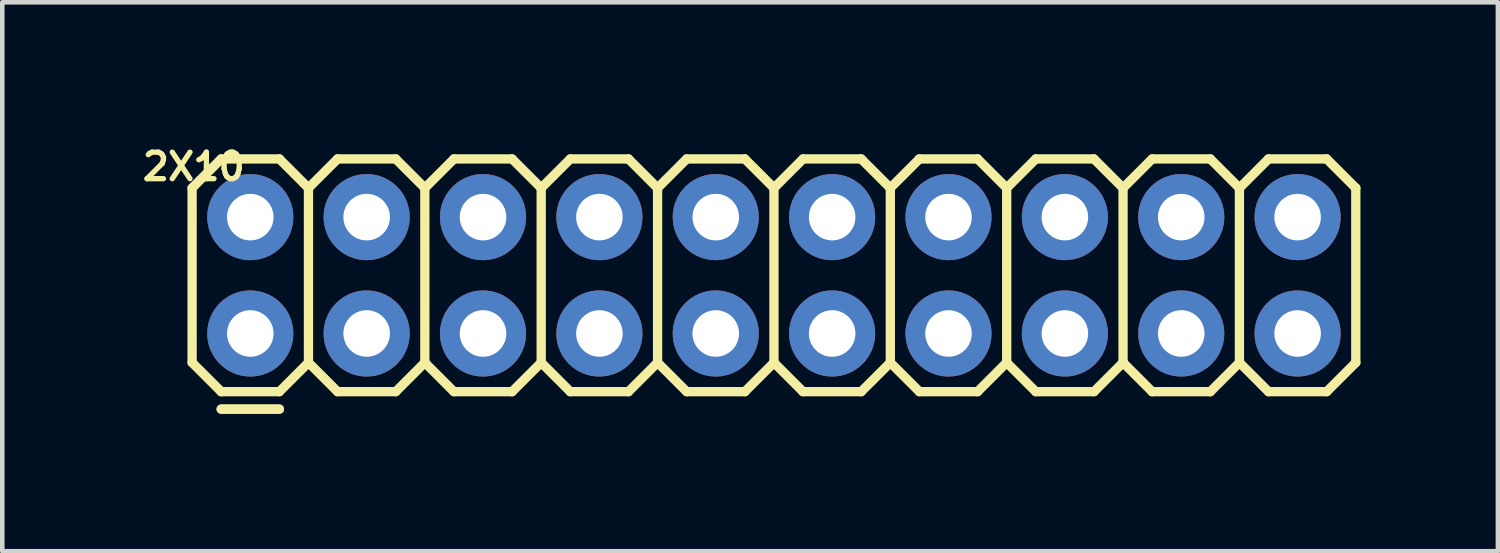
<source format=kicad_pcb>
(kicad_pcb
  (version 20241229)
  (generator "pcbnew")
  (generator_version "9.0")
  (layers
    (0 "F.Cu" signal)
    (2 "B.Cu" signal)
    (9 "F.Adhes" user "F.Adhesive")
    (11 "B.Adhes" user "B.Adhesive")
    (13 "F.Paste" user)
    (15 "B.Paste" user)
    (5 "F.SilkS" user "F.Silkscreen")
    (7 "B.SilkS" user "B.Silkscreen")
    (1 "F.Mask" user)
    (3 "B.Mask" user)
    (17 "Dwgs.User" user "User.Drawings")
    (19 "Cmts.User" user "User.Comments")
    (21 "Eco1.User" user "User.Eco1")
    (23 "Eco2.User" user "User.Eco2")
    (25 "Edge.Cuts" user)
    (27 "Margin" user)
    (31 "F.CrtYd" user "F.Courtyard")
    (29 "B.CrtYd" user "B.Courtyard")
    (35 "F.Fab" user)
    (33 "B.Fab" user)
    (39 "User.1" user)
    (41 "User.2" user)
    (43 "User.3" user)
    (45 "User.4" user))
  (footprint "2X10"
    (layer "F.Cu")
    (at 2.413 4.229)
    (property "Reference" "2X10" (at -2.413 -3.302 0) (layer "F.SilkS") (effects (font (size 0.579 0.579) (thickness 0.116)) (justify left bottom)))
    (attr through_hole)
    (fp_line (start -1.27 -3.175) (end -0.635 -3.81) (stroke (width 0.203) (type solid)) (layer "F.SilkS"))
    (fp_line (start -1.27 0.635) (end -1.27 -3.175) (stroke (width 0.203) (type solid)) (layer "F.SilkS"))
    (fp_line (start -1.27 0.635) (end -0.635 1.27) (stroke (width 0.203) (type solid)) (layer "F.SilkS"))
    (fp_line (start -0.635 -3.81) (end 0.635 -3.81) (stroke (width 0.203) (type solid)) (layer "F.SilkS"))
    (fp_line (start -0.635 1.27) (end 0.635 1.27) (stroke (width 0.203) (type solid)) (layer "F.SilkS"))
    (fp_line (start -0.635 1.651) (end 0.635 1.651) (stroke (width 0.203) (type solid)) (layer "F.SilkS"))
    (fp_line (start -0.635 1.651) (end 0.635 1.651) (stroke (width 0.203) (type solid)) (layer "F.SilkS"))
    (fp_line (start 0.635 -3.81) (end 1.27 -3.175) (stroke (width 0.203) (type solid)) (layer "F.SilkS"))
    (fp_line (start 0.635 1.27) (end 1.27 0.635) (stroke (width 0.203) (type solid)) (layer "F.SilkS"))
    (fp_line (start 1.27 -3.175) (end 1.27 0.635) (stroke (width 0.203) (type solid)) (layer "F.SilkS"))
    (fp_line (start 1.27 -3.175) (end 1.905 -3.81) (stroke (width 0.203) (type solid)) (layer "F.SilkS"))
    (fp_line (start 1.27 0.635) (end 1.905 1.27) (stroke (width 0.203) (type solid)) (layer "F.SilkS"))
    (fp_line (start 1.905 -3.81) (end 3.175 -3.81) (stroke (width 0.203) (type solid)) (layer "F.SilkS"))
    (fp_line (start 1.905 1.27) (end 3.175 1.27) (stroke (width 0.203) (type solid)) (layer "F.SilkS"))
    (fp_line (start 3.175 -3.81) (end 3.81 -3.175) (stroke (width 0.203) (type solid)) (layer "F.SilkS"))
    (fp_line (start 3.175 1.27) (end 3.81 0.635) (stroke (width 0.203) (type solid)) (layer "F.SilkS"))
    (fp_line (start 3.81 -3.175) (end 3.81 0.635) (stroke (width 0.203) (type solid)) (layer "F.SilkS"))
    (fp_line (start 3.81 -3.175) (end 4.445 -3.81) (stroke (width 0.203) (type solid)) (layer "F.SilkS"))
    (fp_line (start 3.81 0.635) (end 4.445 1.27) (stroke (width 0.203) (type solid)) (layer "F.SilkS"))
    (fp_line (start 4.445 -3.81) (end 5.715 -3.81) (stroke (width 0.203) (type solid)) (layer "F.SilkS"))
    (fp_line (start 4.445 1.27) (end 5.715 1.27) (stroke (width 0.203) (type solid)) (layer "F.SilkS"))
    (fp_line (start 5.715 -3.81) (end 6.35 -3.175) (stroke (width 0.203) (type solid)) (layer "F.SilkS"))
    (fp_line (start 5.715 1.27) (end 6.35 0.635) (stroke (width 0.203) (type solid)) (layer "F.SilkS"))
    (fp_line (start 6.35 -3.175) (end 6.35 0.635) (stroke (width 0.203) (type solid)) (layer "F.SilkS"))
    (fp_line (start 6.35 -3.175) (end 6.985 -3.81) (stroke (width 0.203) (type solid)) (layer "F.SilkS"))
    (fp_line (start 6.35 0.635) (end 6.985 1.27) (stroke (width 0.203) (type solid)) (layer "F.SilkS"))
    (fp_line (start 6.985 -3.81) (end 8.255 -3.81) (stroke (width 0.203) (type solid)) (layer "F.SilkS"))
    (fp_line (start 6.985 1.27) (end 8.255 1.27) (stroke (width 0.203) (type solid)) (layer "F.SilkS"))
    (fp_line (start 8.255 -3.81) (end 8.89 -3.175) (stroke (width 0.203) (type solid)) (layer "F.SilkS"))
    (fp_line (start 8.255 1.27) (end 8.89 0.635) (stroke (width 0.203) (type solid)) (layer "F.SilkS"))
    (fp_line (start 8.89 -3.175) (end 8.89 0.635) (stroke (width 0.203) (type solid)) (layer "F.SilkS"))
    (fp_line (start 8.89 -3.175) (end 9.525 -3.81) (stroke (width 0.203) (type solid)) (layer "F.SilkS"))
    (fp_line (start 8.89 0.635) (end 9.525 1.27) (stroke (width 0.203) (type solid)) (layer "F.SilkS"))
    (fp_line (start 9.525 -3.81) (end 10.795 -3.81) (stroke (width 0.203) (type solid)) (layer "F.SilkS"))
    (fp_line (start 9.525 1.27) (end 10.795 1.27) (stroke (width 0.203) (type solid)) (layer "F.SilkS"))
    (fp_line (start 10.795 -3.81) (end 11.43 -3.175) (stroke (width 0.203) (type solid)) (layer "F.SilkS"))
    (fp_line (start 10.795 1.27) (end 11.43 0.635) (stroke (width 0.203) (type solid)) (layer "F.SilkS"))
    (fp_line (start 11.43 -3.175) (end 11.43 0.635) (stroke (width 0.203) (type solid)) (layer "F.SilkS"))
    (fp_line (start 11.43 -3.175) (end 12.065 -3.81) (stroke (width 0.203) (type solid)) (layer "F.SilkS"))
    (fp_line (start 11.43 0.635) (end 12.065 1.27) (stroke (width 0.203) (type solid)) (layer "F.SilkS"))
    (fp_line (start 12.065 -3.81) (end 13.335 -3.81) (stroke (width 0.203) (type solid)) (layer "F.SilkS"))
    (fp_line (start 12.065 1.27) (end 13.335 1.27) (stroke (width 0.203) (type solid)) (layer "F.SilkS"))
    (fp_line (start 13.335 -3.81) (end 13.97 -3.175) (stroke (width 0.203) (type solid)) (layer "F.SilkS"))
    (fp_line (start 13.335 1.27) (end 13.97 0.635) (stroke (width 0.203) (type solid)) (layer "F.SilkS"))
    (fp_line (start 13.97 -3.175) (end 13.97 0.635) (stroke (width 0.203) (type solid)) (layer "F.SilkS"))
    (fp_line (start 13.97 -3.175) (end 14.605 -3.81) (stroke (width 0.203) (type solid)) (layer "F.SilkS"))
    (fp_line (start 13.97 0.635) (end 14.605 1.27) (stroke (width 0.203) (type solid)) (layer "F.SilkS"))
    (fp_line (start 14.605 -3.81) (end 15.875 -3.81) (stroke (width 0.203) (type solid)) (layer "F.SilkS"))
    (fp_line (start 14.605 1.27) (end 15.875 1.27) (stroke (width 0.203) (type solid)) (layer "F.SilkS"))
    (fp_line (start 15.875 -3.81) (end 16.51 -3.175) (stroke (width 0.203) (type solid)) (layer "F.SilkS"))
    (fp_line (start 16.51 -3.175) (end 16.51 0.635) (stroke (width 0.203) (type solid)) (layer "F.SilkS"))
    (fp_line (start 16.51 -3.175) (end 17.145 -3.81) (stroke (width 0.203) (type solid)) (layer "F.SilkS"))
    (fp_line (start 16.51 0.635) (end 15.875 1.27) (stroke (width 0.203) (type solid)) (layer "F.SilkS"))
    (fp_line (start 16.51 0.635) (end 17.145 1.27) (stroke (width 0.203) (type solid)) (layer "F.SilkS"))
    (fp_line (start 17.145 -3.81) (end 18.415 -3.81) (stroke (width 0.203) (type solid)) (layer "F.SilkS"))
    (fp_line (start 17.145 1.27) (end 18.415 1.27) (stroke (width 0.203) (type solid)) (layer "F.SilkS"))
    (fp_line (start 18.415 -3.81) (end 19.05 -3.175) (stroke (width 0.203) (type solid)) (layer "F.SilkS"))
    (fp_line (start 19.05 -3.175) (end 19.05 0.635) (stroke (width 0.203) (type solid)) (layer "F.SilkS"))
    (fp_line (start 19.05 -3.175) (end 19.685 -3.81) (stroke (width 0.203) (type solid)) (layer "F.SilkS"))
    (fp_line (start 19.05 0.635) (end 18.415 1.27) (stroke (width 0.203) (type solid)) (layer "F.SilkS"))
    (fp_line (start 19.05 0.635) (end 19.685 1.27) (stroke (width 0.203) (type solid)) (layer "F.SilkS"))
    (fp_line (start 19.685 -3.81) (end 20.955 -3.81) (stroke (width 0.203) (type solid)) (layer "F.SilkS"))
    (fp_line (start 19.685 1.27) (end 20.955 1.27) (stroke (width 0.203) (type solid)) (layer "F.SilkS"))
    (fp_line (start 20.955 -3.81) (end 21.59 -3.175) (stroke (width 0.203) (type solid)) (layer "F.SilkS"))
    (fp_line (start 21.59 -3.175) (end 21.59 0.635) (stroke (width 0.203) (type solid)) (layer "F.SilkS"))
    (fp_line (start 21.59 -3.175) (end 22.225 -3.81) (stroke (width 0.203) (type solid)) (layer "F.SilkS"))
    (fp_line (start 21.59 0.635) (end 20.955 1.27) (stroke (width 0.203) (type solid)) (layer "F.SilkS"))
    (fp_line (start 21.59 0.635) (end 22.225 1.27) (stroke (width 0.203) (type solid)) (layer "F.SilkS"))
    (fp_line (start 22.225 -3.81) (end 23.495 -3.81) (stroke (width 0.203) (type solid)) (layer "F.SilkS"))
    (fp_line (start 22.225 1.27) (end 23.495 1.27) (stroke (width 0.203) (type solid)) (layer "F.SilkS"))
    (fp_line (start 23.495 -3.81) (end 24.13 -3.175) (stroke (width 0.203) (type solid)) (layer "F.SilkS"))
    (fp_line (start 24.13 -3.175) (end 24.13 0.635) (stroke (width 0.203) (type solid)) (layer "F.SilkS"))
    (fp_line (start 24.13 0.635) (end 23.495 1.27) (stroke (width 0.203) (type solid)) (layer "F.SilkS"))
    (fp_poly (pts (xy -0.254 -2.286) (xy 0.254 -2.286) (xy 0.254 -2.794) (xy -0.254 -2.794)) (stroke (width 0.1) (type solid)) (fill no) (layer "F.Fab"))
    (fp_poly (pts (xy -0.254 0.254) (xy 0.254 0.254) (xy 0.254 -0.254) (xy -0.254 -0.254)) (stroke (width 0.1) (type solid)) (fill no) (layer "F.Fab"))
    (fp_poly (pts (xy 2.286 -2.286) (xy 2.794 -2.286) (xy 2.794 -2.794) (xy 2.286 -2.794)) (stroke (width 0.1) (type solid)) (fill no) (layer "F.Fab"))
    (fp_poly (pts (xy 2.286 0.254) (xy 2.794 0.254) (xy 2.794 -0.254) (xy 2.286 -0.254)) (stroke (width 0.1) (type solid)) (fill no) (layer "F.Fab"))
    (fp_poly (pts (xy 4.826 -2.286) (xy 5.334 -2.286) (xy 5.334 -2.794) (xy 4.826 -2.794)) (stroke (width 0.1) (type solid)) (fill no) (layer "F.Fab"))
    (fp_poly (pts (xy 4.826 0.254) (xy 5.334 0.254) (xy 5.334 -0.254) (xy 4.826 -0.254)) (stroke (width 0.1) (type solid)) (fill no) (layer "F.Fab"))
    (fp_poly (pts (xy 7.366 -2.286) (xy 7.874 -2.286) (xy 7.874 -2.794) (xy 7.366 -2.794)) (stroke (width 0.1) (type solid)) (fill no) (layer "F.Fab"))
    (fp_poly (pts (xy 7.366 0.254) (xy 7.874 0.254) (xy 7.874 -0.254) (xy 7.366 -0.254)) (stroke (width 0.1) (type solid)) (fill no) (layer "F.Fab"))
    (fp_poly (pts (xy 9.906 -2.286) (xy 10.414 -2.286) (xy 10.414 -2.794) (xy 9.906 -2.794)) (stroke (width 0.1) (type solid)) (fill no) (layer "F.Fab"))
    (fp_poly (pts (xy 9.906 0.254) (xy 10.414 0.254) (xy 10.414 -0.254) (xy 9.906 -0.254)) (stroke (width 0.1) (type solid)) (fill no) (layer "F.Fab"))
    (fp_poly (pts (xy 12.446 -2.286) (xy 12.954 -2.286) (xy 12.954 -2.794) (xy 12.446 -2.794)) (stroke (width 0.1) (type solid)) (fill no) (layer "F.Fab"))
    (fp_poly (pts (xy 12.446 0.254) (xy 12.954 0.254) (xy 12.954 -0.254) (xy 12.446 -0.254)) (stroke (width 0.1) (type solid)) (fill no) (layer "F.Fab"))
    (fp_poly (pts (xy 14.986 -2.286) (xy 15.494 -2.286) (xy 15.494 -2.794) (xy 14.986 -2.794)) (stroke (width 0.1) (type solid)) (fill no) (layer "F.Fab"))
    (fp_poly (pts (xy 14.986 0.254) (xy 15.494 0.254) (xy 15.494 -0.254) (xy 14.986 -0.254)) (stroke (width 0.1) (type solid)) (fill no) (layer "F.Fab"))
    (fp_poly (pts (xy 17.526 -2.286) (xy 18.034 -2.286) (xy 18.034 -2.794) (xy 17.526 -2.794)) (stroke (width 0.1) (type solid)) (fill no) (layer "F.Fab"))
    (fp_poly (pts (xy 17.526 0.254) (xy 18.034 0.254) (xy 18.034 -0.254) (xy 17.526 -0.254)) (stroke (width 0.1) (type solid)) (fill no) (layer "F.Fab"))
    (fp_poly (pts (xy 20.066 -2.286) (xy 20.574 -2.286) (xy 20.574 -2.794) (xy 20.066 -2.794)) (stroke (width 0.1) (type solid)) (fill no) (layer "F.Fab"))
    (fp_poly (pts (xy 20.066 0.254) (xy 20.574 0.254) (xy 20.574 -0.254) (xy 20.066 -0.254)) (stroke (width 0.1) (type solid)) (fill no) (layer "F.Fab"))
    (fp_poly (pts (xy 22.606 -2.286) (xy 23.114 -2.286) (xy 23.114 -2.794) (xy 22.606 -2.794)) (stroke (width 0.1) (type solid)) (fill no) (layer "F.Fab"))
    (fp_poly (pts (xy 22.606 0.254) (xy 23.114 0.254) (xy 23.114 -0.254) (xy 22.606 -0.254)) (stroke (width 0.1) (type solid)) (fill no) (layer "F.Fab"))
    (pad "1" thru_hole circle (at 0 0) (size 1.88 1.88) (drill 1.016) (layers "*.Cu" "*.Mask"))
    (pad "2" thru_hole circle (at 0 -2.54) (size 1.88 1.88) (drill 1.016) (layers "*.Cu" "*.Mask"))
    (pad "3" thru_hole circle (at 2.54 0) (size 1.88 1.88) (drill 1.016) (layers "*.Cu" "*.Mask"))
    (pad "4" thru_hole circle (at 2.54 -2.54) (size 1.88 1.88) (drill 1.016) (layers "*.Cu" "*.Mask"))
    (pad "5" thru_hole circle (at 5.08 0) (size 1.88 1.88) (drill 1.016) (layers "*.Cu" "*.Mask"))
    (pad "6" thru_hole circle (at 5.08 -2.54) (size 1.88 1.88) (drill 1.016) (layers "*.Cu" "*.Mask"))
    (pad "7" thru_hole circle (at 7.62 0) (size 1.88 1.88) (drill 1.016) (layers "*.Cu" "*.Mask"))
    (pad "8" thru_hole circle (at 7.62 -2.54) (size 1.88 1.88) (drill 1.016) (layers "*.Cu" "*.Mask"))
    (pad "9" thru_hole circle (at 10.16 0) (size 1.88 1.88) (drill 1.016) (layers "*.Cu" "*.Mask"))
    (pad "10" thru_hole circle (at 10.16 -2.54) (size 1.88 1.88) (drill 1.016) (layers "*.Cu" "*.Mask"))
    (pad "11" thru_hole circle (at 12.7 0) (size 1.88 1.88) (drill 1.016) (layers "*.Cu" "*.Mask"))
    (pad "12" thru_hole circle (at 12.7 -2.54) (size 1.88 1.88) (drill 1.016) (layers "*.Cu" "*.Mask"))
    (pad "13" thru_hole circle (at 15.24 0) (size 1.88 1.88) (drill 1.016) (layers "*.Cu" "*.Mask"))
    (pad "14" thru_hole circle (at 15.24 -2.54) (size 1.88 1.88) (drill 1.016) (layers "*.Cu" "*.Mask"))
    (pad "15" thru_hole circle (at 17.78 0) (size 1.88 1.88) (drill 1.016) (layers "*.Cu" "*.Mask"))
    (pad "16" thru_hole circle (at 17.78 -2.54) (size 1.88 1.88) (drill 1.016) (layers "*.Cu" "*.Mask"))
    (pad "17" thru_hole circle (at 20.32 0) (size 1.88 1.88) (drill 1.016) (layers "*.Cu" "*.Mask"))
    (pad "18" thru_hole circle (at 20.32 -2.54) (size 1.88 1.88) (drill 1.016) (layers "*.Cu" "*.Mask"))
    (pad "19" thru_hole circle (at 22.86 0) (size 1.88 1.88) (drill 1.016) (layers "*.Cu" "*.Mask"))
    (pad "20" thru_hole circle (at 22.86 -2.54) (size 1.88 1.88) (drill 1.016) (layers "*.Cu" "*.Mask")))
  (gr_rect
    (start -3 -3)
    (end 29.645 8.981)
    (stroke (width 0.1) (type default))
    (fill no)
    (layer "Edge.Cuts")))
</source>
